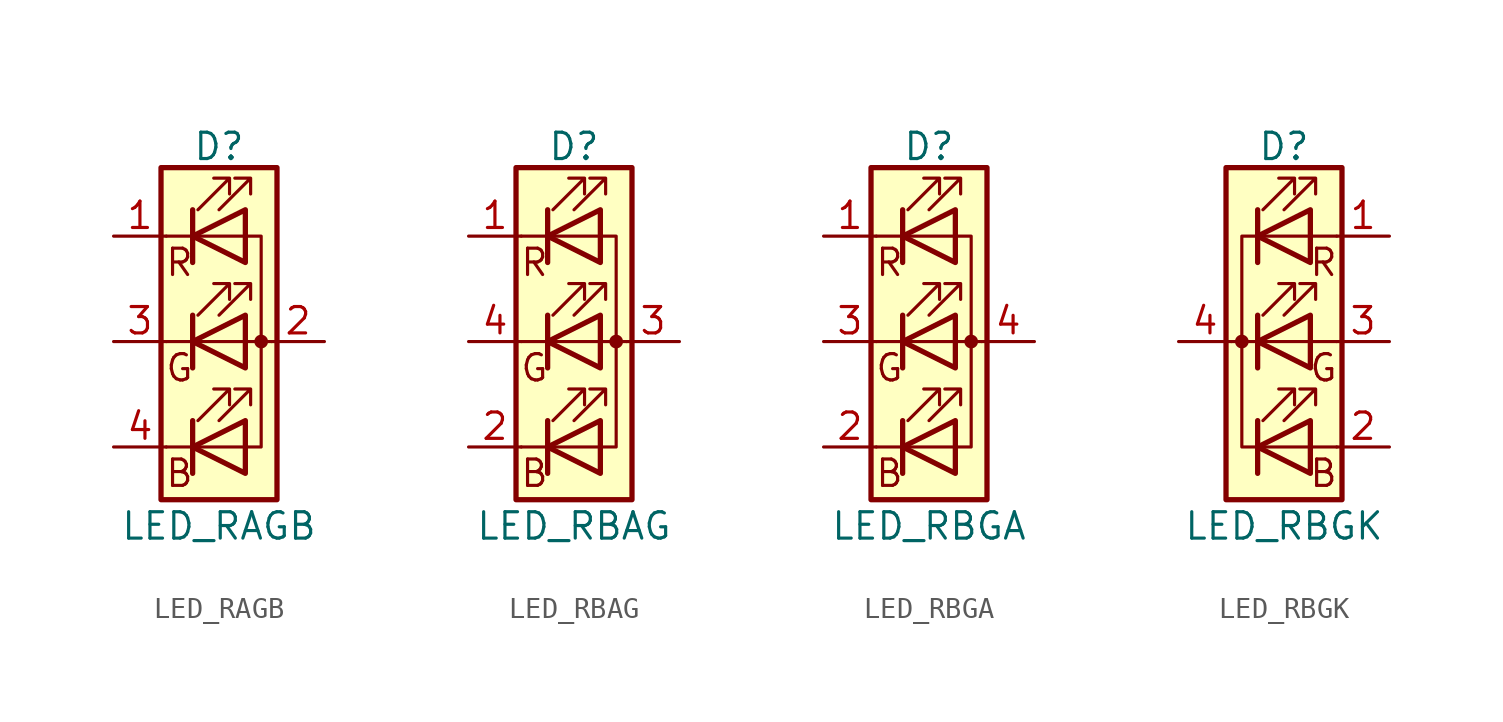
<source format=kicad_sym>
(kicad_symbol_lib
  (version 20241209)
  (generator "kicad_symbol_editor")
  (generator_version "9.0")
  (symbol "LED_RAGB"
    (pin_names
      (offset 0)
      (hide yes))
    (property "Reference" "D"
      (at 0 9.398 0)
      (effects (font (size 1.27 1.27))))
    (property "Value" "LED_RAGB"
      (at 0 -8.89 0)
      (effects (font (size 1.27 1.27))))
    (symbol "LED_RAGB_0_0"
      (text "R" (at -1.905 3.81 0) (effects (font (size 1.27 1.27))))
      (text "G" (at -1.905 -1.27 0) (effects (font (size 1.27 1.27))))
      (text "B" (at -1.905 -6.35 0) (effects (font (size 1.27 1.27)))))
    (symbol "LED_RAGB_0_1"
      (polyline (pts (xy -1.27 6.35) (xy -1.27 3.81)) (stroke (width 0.254) (type solid)) (fill (type none)))
      (polyline (pts (xy -1.27 6.35) (xy -1.27 3.81) (xy -1.27 3.81)) (stroke (width 0) (type solid)) (fill (type none)))
      (polyline (pts (xy -1.27 5.08) (xy -2.54 5.08)) (stroke (width 0) (type solid)) (fill (type none)))
      (polyline (pts (xy -1.27 5.08) (xy 1.27 5.08)) (stroke (width 0) (type solid)) (fill (type none)))
      (polyline (pts (xy -1.27 1.27) (xy -1.27 -1.27)) (stroke (width 0.254) (type solid)) (fill (type none)))
      (polyline (pts (xy -1.27 1.27) (xy -1.27 -1.27) (xy -1.27 -1.27)) (stroke (width 0) (type solid)) (fill (type none)))
      (polyline (pts (xy -1.27 0) (xy -2.54 0)) (stroke (width 0) (type solid)) (fill (type none)))
      (polyline (pts (xy -1.27 -3.81) (xy -1.27 -6.35)) (stroke (width 0.254) (type solid)) (fill (type none)))
      (polyline (pts (xy -1.27 -5.08) (xy -2.54 -5.08)) (stroke (width 0) (type solid)) (fill (type none)))
      (polyline (pts (xy -1.27 -5.08) (xy 1.27 -5.08)) (stroke (width 0) (type solid)) (fill (type none)))
      (polyline (pts (xy -1.016 6.35) (xy 0.508 7.874) (xy -0.254 7.874) (xy 0.508 7.874) (xy 0.508 7.112)) (stroke (width 0) (type solid)) (fill (type none)))
      (polyline (pts (xy -1.016 1.27) (xy 0.508 2.794) (xy -0.254 2.794) (xy 0.508 2.794) (xy 0.508 2.032)) (stroke (width 0) (type solid)) (fill (type none)))
      (polyline (pts (xy -1.016 -3.81) (xy 0.508 -2.286) (xy -0.254 -2.286) (xy 0.508 -2.286) (xy 0.508 -3.048)) (stroke (width 0) (type solid)) (fill (type none)))
      (polyline (pts (xy 0 6.35) (xy 1.524 7.874) (xy 0.762 7.874) (xy 1.524 7.874) (xy 1.524 7.112)) (stroke (width 0) (type solid)) (fill (type none)))
      (polyline (pts (xy 0 1.27) (xy 1.524 2.794) (xy 0.762 2.794) (xy 1.524 2.794) (xy 1.524 2.032)) (stroke (width 0) (type solid)) (fill (type none)))
      (polyline (pts (xy 0 -3.81) (xy 1.524 -2.286) (xy 0.762 -2.286) (xy 1.524 -2.286) (xy 1.524 -3.048)) (stroke (width 0) (type solid)) (fill (type none)))
      (polyline (pts (xy 1.27 6.35) (xy 1.27 3.81) (xy -1.27 5.08) (xy 1.27 6.35)) (stroke (width 0.254) (type solid)) (fill (type none)))
      (rectangle (start 1.27 6.35) (end 1.27 6.35) (stroke (width 0) (type solid)) (fill (type none)))
      (rectangle (start 1.27 3.81) (end 1.27 6.35) (stroke (width 0) (type solid)) (fill (type none)))
      (polyline (pts (xy 1.27 1.27) (xy 1.27 -1.27) (xy -1.27 0) (xy 1.27 1.27)) (stroke (width 0.254) (type solid)) (fill (type none)))
      (rectangle (start 1.27 1.27) (end 1.27 1.27) (stroke (width 0) (type solid)) (fill (type none)))
      (polyline (pts (xy 1.27 0) (xy -1.27 0)) (stroke (width 0) (type solid)) (fill (type none)))
      (polyline (pts (xy 1.27 0) (xy 2.54 0)) (stroke (width 0) (type solid)) (fill (type none)))
      (rectangle (start 1.27 -1.27) (end 1.27 1.27) (stroke (width 0) (type solid)) (fill (type none)))
      (polyline (pts (xy 1.27 -3.81) (xy 1.27 -6.35) (xy -1.27 -5.08) (xy 1.27 -3.81)) (stroke (width 0.254) (type solid)) (fill (type none)))
      (polyline (pts (xy 1.27 -5.08) (xy 2.032 -5.08) (xy 2.032 5.08) (xy 1.27 5.08)) (stroke (width 0) (type solid)) (fill (type none)))
      (circle (center 2.032 0) (radius 0.254) (stroke (width 0) (type solid)) (fill (type outline)))
      (rectangle (start 2.794 8.382) (end -2.794 -7.62) (stroke (width 0.254) (type solid)) (fill (type background))))
    (symbol "LED_RAGB_1_1"
      (pin passive line (at -5.08 5.08 0) (length 2.54) (name "RK" (effects (font (size 1.27 1.27)))) (number "1" (effects (font (size 1.27 1.27)))))
      (pin passive line (at -5.08 0 0) (length 2.54) (name "GK" (effects (font (size 1.27 1.27)))) (number "3" (effects (font (size 1.27 1.27)))))
      (pin passive line (at -5.08 -5.08 0) (length 2.54) (name "BK" (effects (font (size 1.27 1.27)))) (number "4" (effects (font (size 1.27 1.27)))))
      (pin passive line (at 5.08 0 180) (length 2.54) (name "A" (effects (font (size 1.27 1.27)))) (number "2" (effects (font (size 1.27 1.27)))))))
  (symbol "LED_RBAG"
    (pin_names
      (offset 0)
      (hide yes))
    (property "Reference" "D"
      (at 0 9.398 0)
      (effects (font (size 1.27 1.27))))
    (property "Value" "LED_RBAG"
      (at 0 -8.89 0)
      (effects (font (size 1.27 1.27))))
    (symbol "LED_RBAG_0_0"
      (text "R" (at -1.905 3.81 0) (effects (font (size 1.27 1.27))))
      (text "G" (at -1.905 -1.27 0) (effects (font (size 1.27 1.27))))
      (text "B" (at -1.905 -6.35 0) (effects (font (size 1.27 1.27)))))
    (symbol "LED_RBAG_0_1"
      (polyline (pts (xy -1.27 6.35) (xy -1.27 3.81)) (stroke (width 0.254) (type solid)) (fill (type none)))
      (polyline (pts (xy -1.27 6.35) (xy -1.27 3.81) (xy -1.27 3.81)) (stroke (width 0) (type solid)) (fill (type none)))
      (polyline (pts (xy -1.27 5.08) (xy -2.54 5.08)) (stroke (width 0) (type solid)) (fill (type none)))
      (polyline (pts (xy -1.27 5.08) (xy 1.27 5.08)) (stroke (width 0) (type solid)) (fill (type none)))
      (polyline (pts (xy -1.27 1.27) (xy -1.27 -1.27)) (stroke (width 0.254) (type solid)) (fill (type none)))
      (polyline (pts (xy -1.27 1.27) (xy -1.27 -1.27) (xy -1.27 -1.27)) (stroke (width 0) (type solid)) (fill (type none)))
      (polyline (pts (xy -1.27 0) (xy -2.54 0)) (stroke (width 0) (type solid)) (fill (type none)))
      (polyline (pts (xy -1.27 -3.81) (xy -1.27 -6.35)) (stroke (width 0.254) (type solid)) (fill (type none)))
      (polyline (pts (xy -1.27 -5.08) (xy -2.54 -5.08)) (stroke (width 0) (type solid)) (fill (type none)))
      (polyline (pts (xy -1.27 -5.08) (xy 1.27 -5.08)) (stroke (width 0) (type solid)) (fill (type none)))
      (polyline (pts (xy -1.016 6.35) (xy 0.508 7.874) (xy -0.254 7.874) (xy 0.508 7.874) (xy 0.508 7.112)) (stroke (width 0) (type solid)) (fill (type none)))
      (polyline (pts (xy -1.016 1.27) (xy 0.508 2.794) (xy -0.254 2.794) (xy 0.508 2.794) (xy 0.508 2.032)) (stroke (width 0) (type solid)) (fill (type none)))
      (polyline (pts (xy -1.016 -3.81) (xy 0.508 -2.286) (xy -0.254 -2.286) (xy 0.508 -2.286) (xy 0.508 -3.048)) (stroke (width 0) (type solid)) (fill (type none)))
      (polyline (pts (xy 0 6.35) (xy 1.524 7.874) (xy 0.762 7.874) (xy 1.524 7.874) (xy 1.524 7.112)) (stroke (width 0) (type solid)) (fill (type none)))
      (polyline (pts (xy 0 1.27) (xy 1.524 2.794) (xy 0.762 2.794) (xy 1.524 2.794) (xy 1.524 2.032)) (stroke (width 0) (type solid)) (fill (type none)))
      (polyline (pts (xy 0 -3.81) (xy 1.524 -2.286) (xy 0.762 -2.286) (xy 1.524 -2.286) (xy 1.524 -3.048)) (stroke (width 0) (type solid)) (fill (type none)))
      (polyline (pts (xy 1.27 6.35) (xy 1.27 3.81) (xy -1.27 5.08) (xy 1.27 6.35)) (stroke (width 0.254) (type solid)) (fill (type none)))
      (rectangle (start 1.27 6.35) (end 1.27 6.35) (stroke (width 0) (type solid)) (fill (type none)))
      (rectangle (start 1.27 3.81) (end 1.27 6.35) (stroke (width 0) (type solid)) (fill (type none)))
      (polyline (pts (xy 1.27 1.27) (xy 1.27 -1.27) (xy -1.27 0) (xy 1.27 1.27)) (stroke (width 0.254) (type solid)) (fill (type none)))
      (rectangle (start 1.27 1.27) (end 1.27 1.27) (stroke (width 0) (type solid)) (fill (type none)))
      (polyline (pts (xy 1.27 0) (xy -1.27 0)) (stroke (width 0) (type solid)) (fill (type none)))
      (polyline (pts (xy 1.27 0) (xy 2.54 0)) (stroke (width 0) (type solid)) (fill (type none)))
      (rectangle (start 1.27 -1.27) (end 1.27 1.27) (stroke (width 0) (type solid)) (fill (type none)))
      (polyline (pts (xy 1.27 -3.81) (xy 1.27 -6.35) (xy -1.27 -5.08) (xy 1.27 -3.81)) (stroke (width 0.254) (type solid)) (fill (type none)))
      (polyline (pts (xy 1.27 -5.08) (xy 2.032 -5.08) (xy 2.032 5.08) (xy 1.27 5.08)) (stroke (width 0) (type solid)) (fill (type none)))
      (circle (center 2.032 0) (radius 0.254) (stroke (width 0) (type solid)) (fill (type outline)))
      (rectangle (start 2.794 8.382) (end -2.794 -7.62) (stroke (width 0.254) (type solid)) (fill (type background))))
    (symbol "LED_RBAG_1_1"
      (pin passive line (at -5.08 5.08 0) (length 2.54) (name "RK" (effects (font (size 1.27 1.27)))) (number "1" (effects (font (size 1.27 1.27)))))
      (pin passive line (at -5.08 0 0) (length 2.54) (name "GK" (effects (font (size 1.27 1.27)))) (number "4" (effects (font (size 1.27 1.27)))))
      (pin passive line (at -5.08 -5.08 0) (length 2.54) (name "BK" (effects (font (size 1.27 1.27)))) (number "2" (effects (font (size 1.27 1.27)))))
      (pin passive line (at 5.08 0 180) (length 2.54) (name "A" (effects (font (size 1.27 1.27)))) (number "3" (effects (font (size 1.27 1.27)))))))
  (symbol "LED_RBGA"
    (pin_names
      (offset 0)
      (hide yes))
    (property "Reference" "D"
      (at 0 9.398 0)
      (effects (font (size 1.27 1.27))))
    (property "Value" "LED_RBGA"
      (at 0 -8.89 0)
      (effects (font (size 1.27 1.27))))
    (symbol "LED_RBGA_0_0"
      (text "R" (at -1.905 3.81 0) (effects (font (size 1.27 1.27))))
      (text "G" (at -1.905 -1.27 0) (effects (font (size 1.27 1.27))))
      (text "B" (at -1.905 -6.35 0) (effects (font (size 1.27 1.27)))))
    (symbol "LED_RBGA_0_1"
      (polyline (pts (xy -1.27 6.35) (xy -1.27 3.81)) (stroke (width 0.254) (type solid)) (fill (type none)))
      (polyline (pts (xy -1.27 6.35) (xy -1.27 3.81) (xy -1.27 3.81)) (stroke (width 0) (type solid)) (fill (type none)))
      (polyline (pts (xy -1.27 5.08) (xy -2.54 5.08)) (stroke (width 0) (type solid)) (fill (type none)))
      (polyline (pts (xy -1.27 5.08) (xy 1.27 5.08)) (stroke (width 0) (type solid)) (fill (type none)))
      (polyline (pts (xy -1.27 1.27) (xy -1.27 -1.27)) (stroke (width 0.254) (type solid)) (fill (type none)))
      (polyline (pts (xy -1.27 1.27) (xy -1.27 -1.27) (xy -1.27 -1.27)) (stroke (width 0) (type solid)) (fill (type none)))
      (polyline (pts (xy -1.27 0) (xy -2.54 0)) (stroke (width 0) (type solid)) (fill (type none)))
      (polyline (pts (xy -1.27 -3.81) (xy -1.27 -6.35)) (stroke (width 0.254) (type solid)) (fill (type none)))
      (polyline (pts (xy -1.27 -5.08) (xy -2.54 -5.08)) (stroke (width 0) (type solid)) (fill (type none)))
      (polyline (pts (xy -1.27 -5.08) (xy 1.27 -5.08)) (stroke (width 0) (type solid)) (fill (type none)))
      (polyline (pts (xy -1.016 6.35) (xy 0.508 7.874) (xy -0.254 7.874) (xy 0.508 7.874) (xy 0.508 7.112)) (stroke (width 0) (type solid)) (fill (type none)))
      (polyline (pts (xy -1.016 1.27) (xy 0.508 2.794) (xy -0.254 2.794) (xy 0.508 2.794) (xy 0.508 2.032)) (stroke (width 0) (type solid)) (fill (type none)))
      (polyline (pts (xy -1.016 -3.81) (xy 0.508 -2.286) (xy -0.254 -2.286) (xy 0.508 -2.286) (xy 0.508 -3.048)) (stroke (width 0) (type solid)) (fill (type none)))
      (polyline (pts (xy 0 6.35) (xy 1.524 7.874) (xy 0.762 7.874) (xy 1.524 7.874) (xy 1.524 7.112)) (stroke (width 0) (type solid)) (fill (type none)))
      (polyline (pts (xy 0 1.27) (xy 1.524 2.794) (xy 0.762 2.794) (xy 1.524 2.794) (xy 1.524 2.032)) (stroke (width 0) (type solid)) (fill (type none)))
      (polyline (pts (xy 0 -3.81) (xy 1.524 -2.286) (xy 0.762 -2.286) (xy 1.524 -2.286) (xy 1.524 -3.048)) (stroke (width 0) (type solid)) (fill (type none)))
      (polyline (pts (xy 1.27 6.35) (xy 1.27 3.81) (xy -1.27 5.08) (xy 1.27 6.35)) (stroke (width 0.254) (type solid)) (fill (type none)))
      (rectangle (start 1.27 6.35) (end 1.27 6.35) (stroke (width 0) (type solid)) (fill (type none)))
      (rectangle (start 1.27 3.81) (end 1.27 6.35) (stroke (width 0) (type solid)) (fill (type none)))
      (polyline (pts (xy 1.27 1.27) (xy 1.27 -1.27) (xy -1.27 0) (xy 1.27 1.27)) (stroke (width 0.254) (type solid)) (fill (type none)))
      (rectangle (start 1.27 1.27) (end 1.27 1.27) (stroke (width 0) (type solid)) (fill (type none)))
      (polyline (pts (xy 1.27 0) (xy -1.27 0)) (stroke (width 0) (type solid)) (fill (type none)))
      (polyline (pts (xy 1.27 0) (xy 2.54 0)) (stroke (width 0) (type solid)) (fill (type none)))
      (rectangle (start 1.27 -1.27) (end 1.27 1.27) (stroke (width 0) (type solid)) (fill (type none)))
      (polyline (pts (xy 1.27 -3.81) (xy 1.27 -6.35) (xy -1.27 -5.08) (xy 1.27 -3.81)) (stroke (width 0.254) (type solid)) (fill (type none)))
      (polyline (pts (xy 1.27 -5.08) (xy 2.032 -5.08) (xy 2.032 5.08) (xy 1.27 5.08)) (stroke (width 0) (type solid)) (fill (type none)))
      (circle (center 2.032 0) (radius 0.254) (stroke (width 0) (type solid)) (fill (type outline)))
      (rectangle (start 2.794 8.382) (end -2.794 -7.62) (stroke (width 0.254) (type solid)) (fill (type background))))
    (symbol "LED_RBGA_1_1"
      (pin passive line (at -5.08 5.08 0) (length 2.54) (name "RK" (effects (font (size 1.27 1.27)))) (number "1" (effects (font (size 1.27 1.27)))))
      (pin passive line (at -5.08 0 0) (length 2.54) (name "GK" (effects (font (size 1.27 1.27)))) (number "3" (effects (font (size 1.27 1.27)))))
      (pin passive line (at -5.08 -5.08 0) (length 2.54) (name "BK" (effects (font (size 1.27 1.27)))) (number "2" (effects (font (size 1.27 1.27)))))
      (pin passive line (at 5.08 0 180) (length 2.54) (name "A" (effects (font (size 1.27 1.27)))) (number "4" (effects (font (size 1.27 1.27)))))))
  (symbol "LED_RBGK"
    (pin_names
      (offset 0)
      (hide yes))
    (property "Reference" "D"
      (at 0 9.398 0)
      (effects (font (size 1.27 1.27))))
    (property "Value" "LED_RBGK"
      (at 0 -8.89 0)
      (effects (font (size 1.27 1.27))))
    (symbol "LED_RBGK_0_0"
      (text "R" (at 1.905 3.81 0) (effects (font (size 1.27 1.27))))
      (text "G" (at 1.905 -1.27 0) (effects (font (size 1.27 1.27))))
      (text "B" (at 1.905 -6.35 0) (effects (font (size 1.27 1.27)))))
    (symbol "LED_RBGK_0_1"
      (circle (center -2.032 0) (radius 0.254) (stroke (width 0) (type solid)) (fill (type outline)))
      (polyline (pts (xy -1.27 6.35) (xy -1.27 3.81)) (stroke (width 0.254) (type solid)) (fill (type none)))
      (polyline (pts (xy -1.27 6.35) (xy -1.27 3.81) (xy -1.27 3.81)) (stroke (width 0) (type solid)) (fill (type none)))
      (polyline (pts (xy -1.27 5.08) (xy 1.27 5.08)) (stroke (width 0) (type solid)) (fill (type none)))
      (polyline (pts (xy -1.27 5.08) (xy -2.032 5.08) (xy -2.032 -5.08) (xy -1.016 -5.08)) (stroke (width 0) (type solid)) (fill (type none)))
      (polyline (pts (xy -1.27 1.27) (xy -1.27 -1.27)) (stroke (width 0.254) (type solid)) (fill (type none)))
      (polyline (pts (xy -1.27 1.27) (xy -1.27 -1.27) (xy -1.27 -1.27)) (stroke (width 0) (type solid)) (fill (type none)))
      (polyline (pts (xy -1.27 0) (xy -2.54 0)) (stroke (width 0) (type solid)) (fill (type none)))
      (polyline (pts (xy -1.27 -3.81) (xy -1.27 -6.35)) (stroke (width 0.254) (type solid)) (fill (type none)))
      (polyline (pts (xy -1.27 -5.08) (xy 1.27 -5.08)) (stroke (width 0) (type solid)) (fill (type none)))
      (polyline (pts (xy -1.016 6.35) (xy 0.508 7.874) (xy -0.254 7.874) (xy 0.508 7.874) (xy 0.508 7.112)) (stroke (width 0) (type solid)) (fill (type none)))
      (polyline (pts (xy -1.016 1.27) (xy 0.508 2.794) (xy -0.254 2.794) (xy 0.508 2.794) (xy 0.508 2.032)) (stroke (width 0) (type solid)) (fill (type none)))
      (polyline (pts (xy -1.016 -3.81) (xy 0.508 -2.286) (xy -0.254 -2.286) (xy 0.508 -2.286) (xy 0.508 -3.048)) (stroke (width 0) (type solid)) (fill (type none)))
      (polyline (pts (xy 0 6.35) (xy 1.524 7.874) (xy 0.762 7.874) (xy 1.524 7.874) (xy 1.524 7.112)) (stroke (width 0) (type solid)) (fill (type none)))
      (polyline (pts (xy 0 1.27) (xy 1.524 2.794) (xy 0.762 2.794) (xy 1.524 2.794) (xy 1.524 2.032)) (stroke (width 0) (type solid)) (fill (type none)))
      (polyline (pts (xy 0 -3.81) (xy 1.524 -2.286) (xy 0.762 -2.286) (xy 1.524 -2.286) (xy 1.524 -3.048)) (stroke (width 0) (type solid)) (fill (type none)))
      (polyline (pts (xy 1.27 6.35) (xy 1.27 3.81) (xy -1.27 5.08) (xy 1.27 6.35)) (stroke (width 0.254) (type solid)) (fill (type none)))
      (rectangle (start 1.27 6.35) (end 1.27 6.35) (stroke (width 0) (type solid)) (fill (type none)))
      (polyline (pts (xy 1.27 5.08) (xy 2.54 5.08)) (stroke (width 0) (type solid)) (fill (type none)))
      (rectangle (start 1.27 3.81) (end 1.27 6.35) (stroke (width 0) (type solid)) (fill (type none)))
      (polyline (pts (xy 1.27 1.27) (xy 1.27 -1.27) (xy -1.27 0) (xy 1.27 1.27)) (stroke (width 0.254) (type solid)) (fill (type none)))
      (rectangle (start 1.27 1.27) (end 1.27 1.27) (stroke (width 0) (type solid)) (fill (type none)))
      (polyline (pts (xy 1.27 0) (xy -1.27 0)) (stroke (width 0) (type solid)) (fill (type none)))
      (polyline (pts (xy 1.27 0) (xy 2.54 0)) (stroke (width 0) (type solid)) (fill (type none)))
      (rectangle (start 1.27 -1.27) (end 1.27 1.27) (stroke (width 0) (type solid)) (fill (type none)))
      (polyline (pts (xy 1.27 -3.81) (xy 1.27 -6.35) (xy -1.27 -5.08) (xy 1.27 -3.81)) (stroke (width 0.254) (type solid)) (fill (type none)))
      (polyline (pts (xy 1.27 -5.08) (xy 2.54 -5.08)) (stroke (width 0) (type solid)) (fill (type none)))
      (rectangle (start 2.794 8.382) (end -2.794 -7.62) (stroke (width 0.254) (type solid)) (fill (type background))))
    (symbol "LED_RBGK_1_1"
      (pin passive line (at -5.08 0 0) (length 2.54) (name "K" (effects (font (size 1.27 1.27)))) (number "4" (effects (font (size 1.27 1.27)))))
      (pin passive line (at 5.08 5.08 180) (length 2.54) (name "RA" (effects (font (size 1.27 1.27)))) (number "1" (effects (font (size 1.27 1.27)))))
      (pin passive line (at 5.08 0 180) (length 2.54) (name "GA" (effects (font (size 1.27 1.27)))) (number "3" (effects (font (size 1.27 1.27)))))
      (pin passive line (at 5.08 -5.08 180) (length 2.54) (name "BA" (effects (font (size 1.27 1.27)))) (number "2" (effects (font (size 1.27 1.27))))))))
</source>
